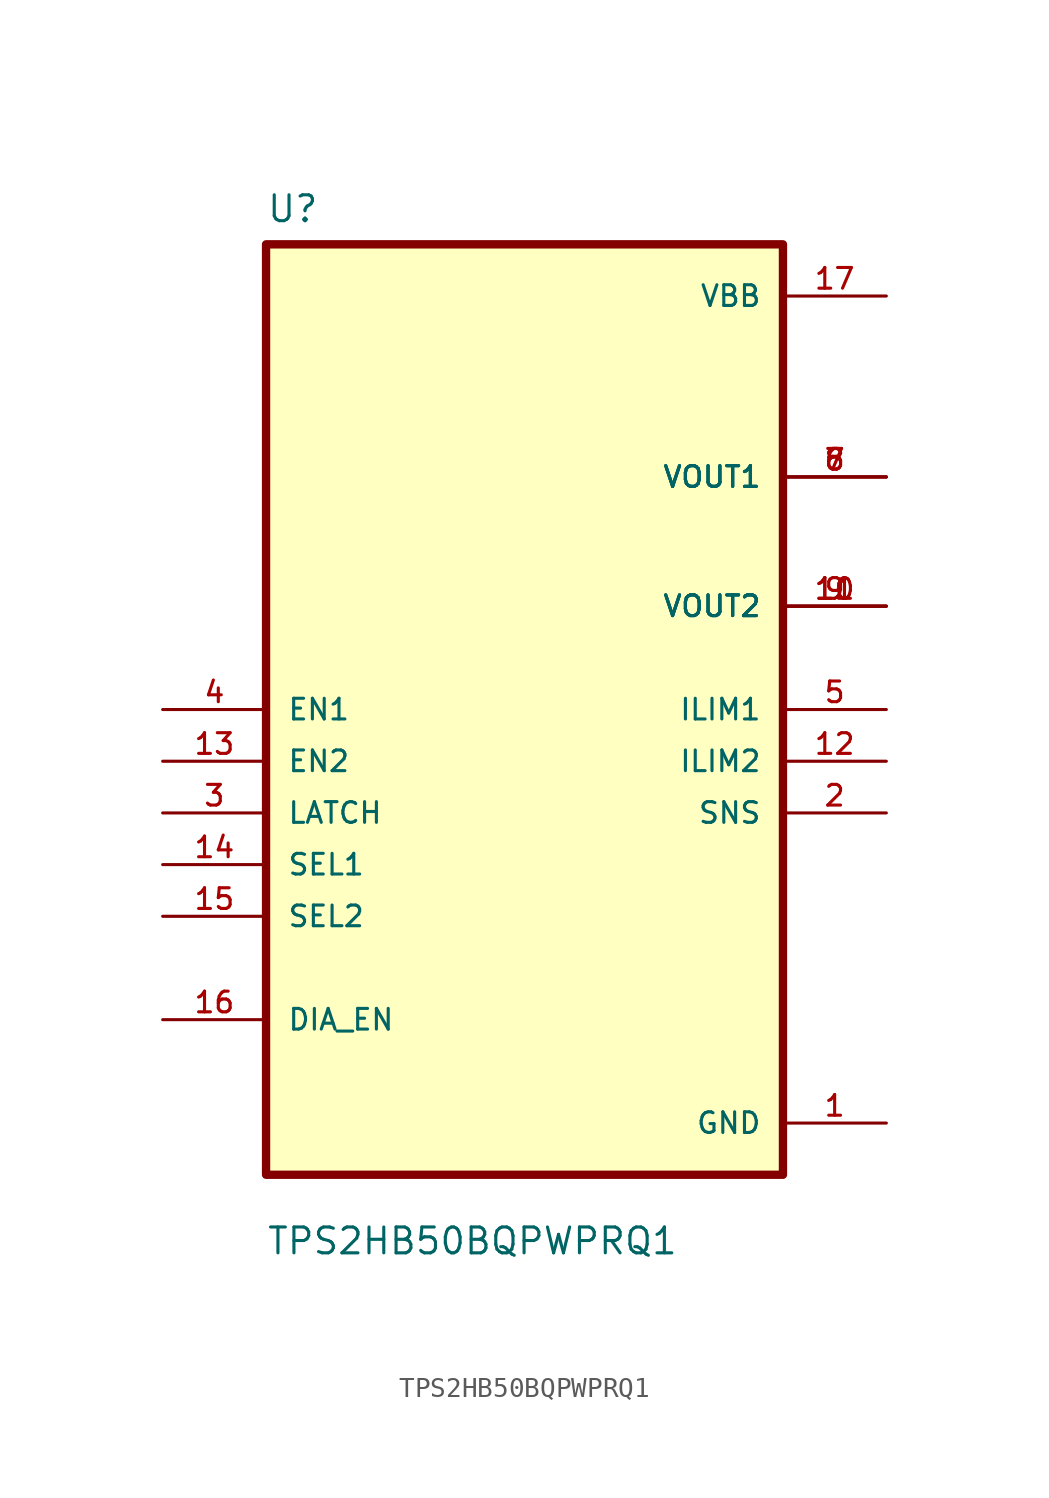
<source format=kicad_sym>
(kicad_symbol_lib
  (version 20211014)
  (generator kicad_symbol_editor)
  (symbol "TPS2HB50BQPWPRQ1"
    (pin_names
      (offset 1.016))
    (property "Reference" "U"
      (at -12.7 23.86 0)
      (effects (font (size 1.27 1.27)) (justify left bottom)))
    (property "Value" "TPS2HB50BQPWPRQ1"
      (at -12.7 -26.86 0)
      (effects (font (size 1.27 1.27)) (justify left bottom)))
    (symbol "TPS2HB50BQPWPRQ1_0_0"
      (rectangle (start -12.7 -22.86) (end 12.7 22.86) (stroke (width 0.41) (type default) (color 0 0 0 0)) (fill (type background)))
      (pin power_in line (at 17.78 -20.32 180) (length 5.08) (name "GND" (effects (font (size 1.016 1.016)))) (number "1" (effects (font (size 1.016 1.016)))))
      (pin power_out line (at 17.78 5.08 180) (length 5.08) (name "VOUT2" (effects (font (size 1.016 1.016)))) (number "10" (effects (font (size 1.016 1.016)))))
      (pin power_out line (at 17.78 5.08 180) (length 5.08) (name "VOUT2" (effects (font (size 1.016 1.016)))) (number "11" (effects (font (size 1.016 1.016)))))
      (pin output line (at 17.78 -2.54 180) (length 5.08) (name "ILIM2" (effects (font (size 1.016 1.016)))) (number "12" (effects (font (size 1.016 1.016)))))
      (pin input line (at -17.78 -2.54 0) (length 5.08) (name "EN2" (effects (font (size 1.016 1.016)))) (number "13" (effects (font (size 1.016 1.016)))))
      (pin input line (at -17.78 -7.62 0) (length 5.08) (name "SEL1" (effects (font (size 1.016 1.016)))) (number "14" (effects (font (size 1.016 1.016)))))
      (pin input line (at -17.78 -10.16 0) (length 5.08) (name "SEL2" (effects (font (size 1.016 1.016)))) (number "15" (effects (font (size 1.016 1.016)))))
      (pin bidirectional line (at -17.78 -15.24 0) (length 5.08) (name "DIA_EN" (effects (font (size 1.016 1.016)))) (number "16" (effects (font (size 1.016 1.016)))))
      (pin power_in line (at 17.78 20.32 180) (length 5.08) (name "VBB" (effects (font (size 1.016 1.016)))) (number "17" (effects (font (size 1.016 1.016)))))
      (pin output line (at 17.78 -5.08 180) (length 5.08) (name "SNS" (effects (font (size 1.016 1.016)))) (number "2" (effects (font (size 1.016 1.016)))))
      (pin input line (at -17.78 -5.08 0) (length 5.08) (name "LATCH" (effects (font (size 1.016 1.016)))) (number "3" (effects (font (size 1.016 1.016)))))
      (pin input line (at -17.78 0 0) (length 5.08) (name "EN1" (effects (font (size 1.016 1.016)))) (number "4" (effects (font (size 1.016 1.016)))))
      (pin output line (at 17.78 0 180) (length 5.08) (name "ILIM1" (effects (font (size 1.016 1.016)))) (number "5" (effects (font (size 1.016 1.016)))))
      (pin power_out line (at 17.78 11.43 180) (length 5.08) (name "VOUT1" (effects (font (size 1.016 1.016)))) (number "6" (effects (font (size 1.016 1.016)))))
      (pin power_out line (at 17.78 11.43 180) (length 5.08) (name "VOUT1" (effects (font (size 1.016 1.016)))) (number "7" (effects (font (size 1.016 1.016)))))
      (pin power_out line (at 17.78 11.43 180) (length 5.08) (name "VOUT1" (effects (font (size 1.016 1.016)))) (number "8" (effects (font (size 1.016 1.016)))))
      (pin power_out line (at 17.78 5.08 180) (length 5.08) (name "VOUT2" (effects (font (size 1.016 1.016)))) (number "9" (effects (font (size 1.016 1.016))))))))
</source>
